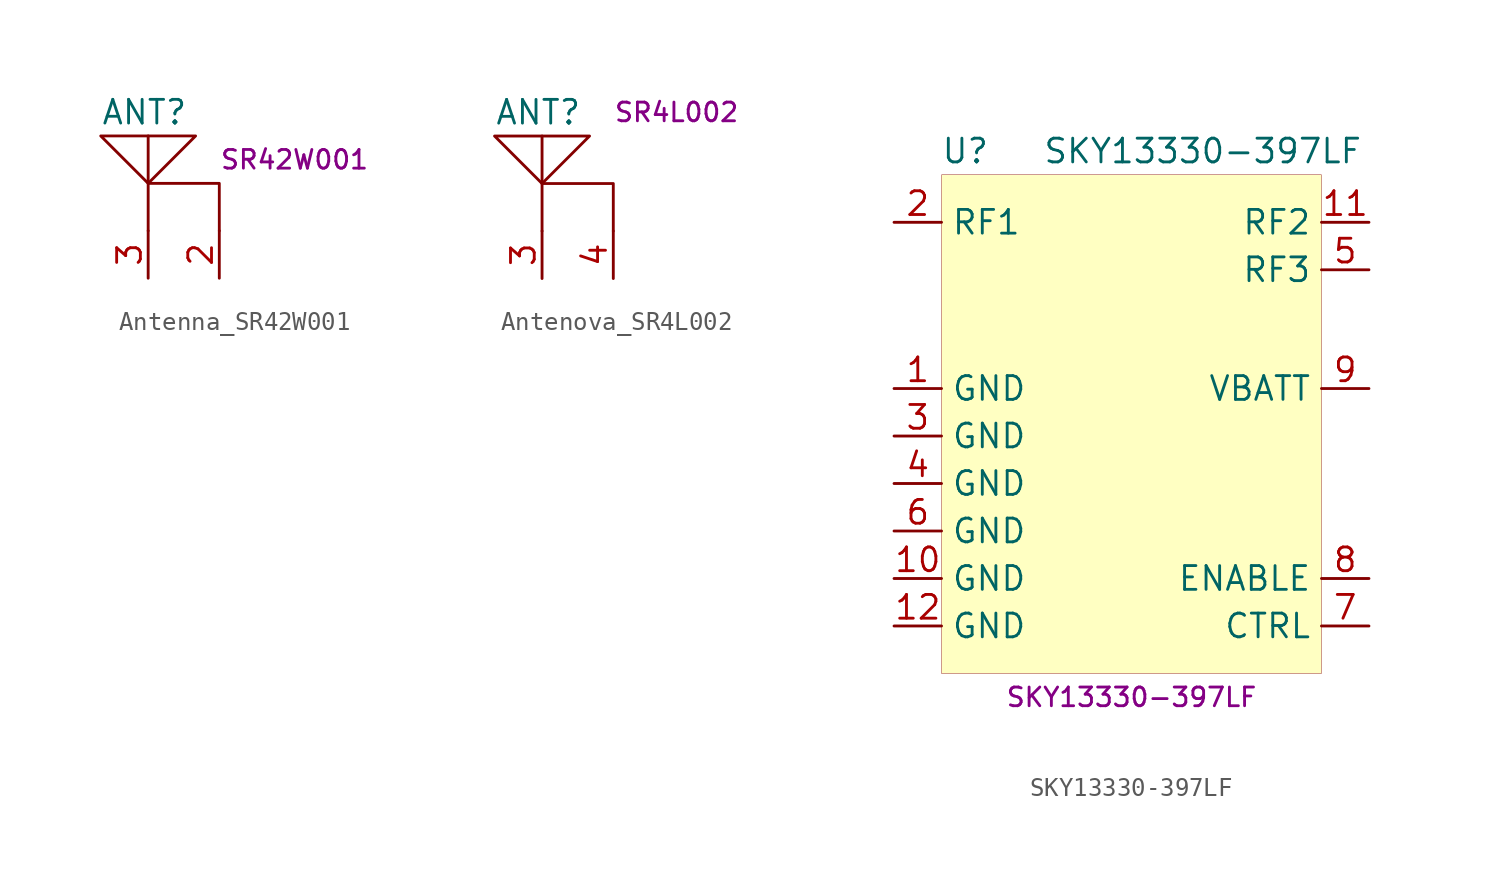
<source format=kicad_sym>
(kicad_symbol_lib
  (version 20231120)
  (generator "kicad_symbol_editor")
  (generator_version "8.0")
  (symbol "Antenna_SR42W001"
    (pin_names hide)
    (property "Reference" "ANT"
      (at -2.54 5.08 0)
      (effects (font (size 1.27 1.27)) (justify left)))
    (property "MPN" "SR42W001"
      (at 3.81 2.54 0)
      (effects (font (size 1 1)) (justify left)))
    (symbol "Antenna_SR42W001_0_1"
      (polyline (pts (xy 0 -1.27) (xy 0 3.81)) (stroke (width 0) (type default)) (fill (type none)))
      (polyline (pts (xy 3.81 -1.27) (xy 3.81 1.27) (xy 0 1.27)) (stroke (width 0.152) (type default)) (fill (type none)))
      (polyline (pts (xy 0 1.27) (xy 2.54 3.81) (xy -2.54 3.81) (xy 0 1.27)) (stroke (width 0) (type default)) (fill (type none))))
    (symbol "Antenna_SR42W001_1_1"
      (pin passive line (at 3.81 -3.81 90) (length 2.54) (name "GND" (effects (font (size 1.27 1.27)))) (number "2" (effects (font (size 1.27 1.27)))))
      (pin passive line (at 0 -3.81 90) (length 2.54) (name "FEED" (effects (font (size 1.27 1.27)))) (number "3" (effects (font (size 1.27 1.27)))))))
  (symbol "Antenova_SR4L002"
    (property "Reference" "ANT"
      (at -2.54 5.08 0)
      (effects (font (size 1.27 1.27)) (justify left)))
    (property "MPN" "SR4L002"
      (at 3.81 5.08 0)
      (effects (font (size 1 1)) (justify left)))
    (symbol "Antenova_SR4L002_0_1"
      (polyline (pts (xy 0 -1.27) (xy 0 3.81)) (stroke (width 0) (type default)) (fill (type none)))
      (polyline (pts (xy 3.81 -1.27) (xy 3.81 1.27) (xy 0 1.27)) (stroke (width 0) (type default)) (fill (type none)))
      (polyline (pts (xy 0 1.27) (xy 2.54 3.81) (xy -2.54 3.81) (xy 0 1.27)) (stroke (width 0) (type default)) (fill (type none)))
      (pin passive line (at 3.81 -3.81 90) (length 2.54) (name "~" (effects (font (size 1.27 1.27)))) (number "4" (effects (font (size 1.27 1.27))))))
    (symbol "Antenova_SR4L002_1_1"
      (pin passive line (at 0 -3.81 90) (length 2.54) (name "~" (effects (font (size 1.27 1.27)))) (number "3" (effects (font (size 1.27 1.27)))))))
  (symbol "SKY13330-397LF"
    (property "Reference" "U"
      (at -8.89 16.51 0)
      (effects (font (size 1.27 1.27))))
    (property "Value" "SKY13330-397LF"
      (at 3.81 16.51 0)
      (effects (font (size 1.27 1.27))))
    (property "MPN" "SKY13330-397LF"
      (at 0 -12.7 0)
      (effects (font (size 1 1))))
    (symbol "SKY13330-397LF_0_1"
      (rectangle (start -10.16 15.24) (end 10.16 -11.43) (stroke (width 0.001) (type default)) (fill (type background))))
    (symbol "SKY13330-397LF_1_1"
      (pin power_in line (at -12.7 3.81 0) (length 2.54) (name "GND" (effects (font (size 1.27 1.27)))) (number "1" (effects (font (size 1.27 1.27)))))
      (pin power_in line (at -12.7 -6.35 0) (length 2.54) (name "GND" (effects (font (size 1.27 1.27)))) (number "10" (effects (font (size 1.27 1.27)))))
      (pin bidirectional line (at 12.7 12.7 180) (length 2.54) (name "RF2" (effects (font (size 1.27 1.27)))) (number "11" (effects (font (size 1.27 1.27)))))
      (pin power_in line (at -12.7 -8.89 0) (length 2.54) (name "GND" (effects (font (size 1.27 1.27)))) (number "12" (effects (font (size 1.27 1.27)))))
      (pin bidirectional line (at -12.7 12.7 0) (length 2.54) (name "RF1" (effects (font (size 1.27 1.27)))) (number "2" (effects (font (size 1.27 1.27)))))
      (pin power_in line (at -12.7 1.27 0) (length 2.54) (name "GND" (effects (font (size 1.27 1.27)))) (number "3" (effects (font (size 1.27 1.27)))))
      (pin power_in line (at -12.7 -1.27 0) (length 2.54) (name "GND" (effects (font (size 1.27 1.27)))) (number "4" (effects (font (size 1.27 1.27)))))
      (pin bidirectional line (at 12.7 10.16 180) (length 2.54) (name "RF3" (effects (font (size 1.27 1.27)))) (number "5" (effects (font (size 1.27 1.27)))))
      (pin power_in line (at -12.7 -3.81 0) (length 2.54) (name "GND" (effects (font (size 1.27 1.27)))) (number "6" (effects (font (size 1.27 1.27)))))
      (pin input line (at 12.7 -8.89 180) (length 2.54) (name "CTRL" (effects (font (size 1.27 1.27)))) (number "7" (effects (font (size 1.27 1.27)))))
      (pin input line (at 12.7 -6.35 180) (length 2.54) (name "ENABLE" (effects (font (size 1.27 1.27)))) (number "8" (effects (font (size 1.27 1.27)))))
      (pin power_in line (at 12.7 3.81 180) (length 2.54) (name "VBATT" (effects (font (size 1.27 1.27)))) (number "9" (effects (font (size 1.27 1.27))))))))
</source>
